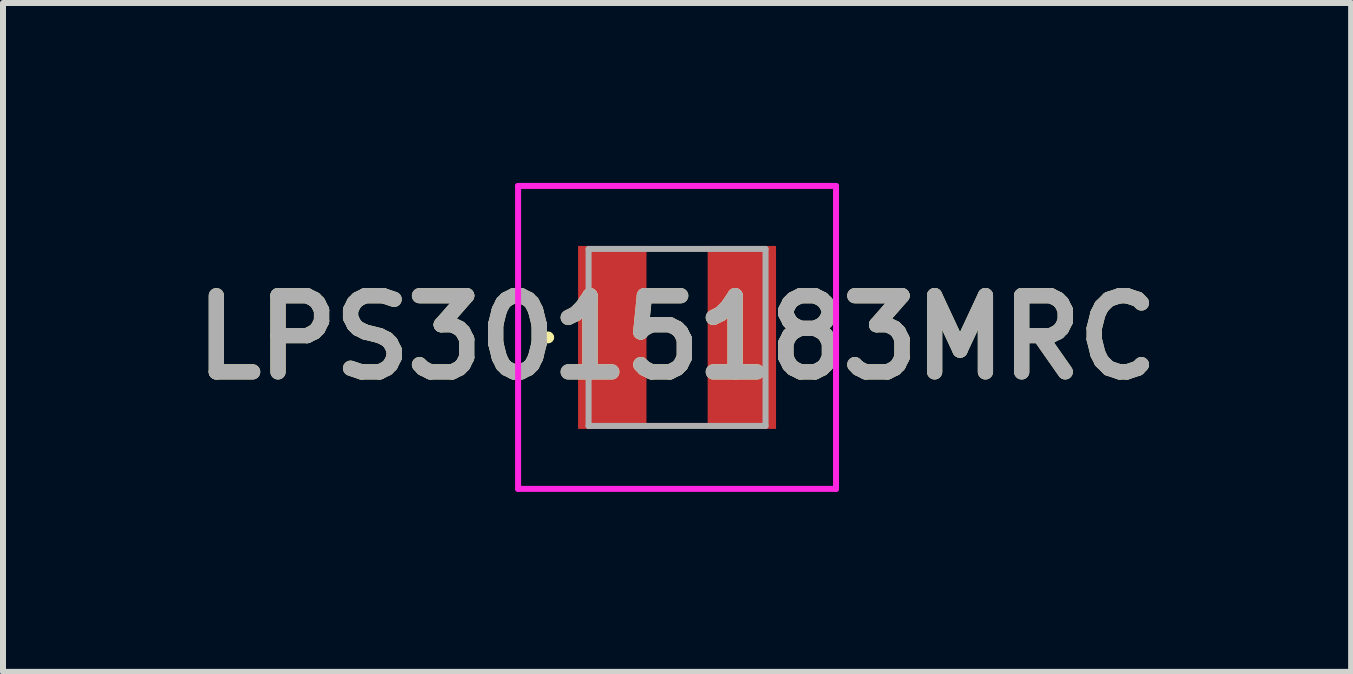
<source format=kicad_pcb>
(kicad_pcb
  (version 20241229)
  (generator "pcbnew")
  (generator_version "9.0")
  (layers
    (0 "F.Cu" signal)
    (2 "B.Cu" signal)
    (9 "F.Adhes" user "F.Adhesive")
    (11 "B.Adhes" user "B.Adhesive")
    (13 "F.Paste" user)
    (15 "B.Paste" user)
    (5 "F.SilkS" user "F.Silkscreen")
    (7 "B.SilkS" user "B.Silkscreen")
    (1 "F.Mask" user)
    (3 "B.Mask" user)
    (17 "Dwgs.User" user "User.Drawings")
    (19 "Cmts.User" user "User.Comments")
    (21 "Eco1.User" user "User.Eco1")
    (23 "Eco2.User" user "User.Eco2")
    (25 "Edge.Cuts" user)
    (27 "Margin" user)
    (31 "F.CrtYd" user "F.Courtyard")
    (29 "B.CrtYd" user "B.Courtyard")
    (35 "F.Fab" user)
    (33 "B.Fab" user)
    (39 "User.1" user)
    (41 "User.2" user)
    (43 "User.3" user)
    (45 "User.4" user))
  (footprint "LPS3015183MRC"
    (layer "F.Cu")
    (at 8.237 2.575)
    (property "Reference" "LPS3015183MRC" (at 0 0 0) (layer "F.SilkS") (effects (font (size 1.27 1.27) (thickness 0.254))))
    (attr smd)
    (fp_line (start -2.2 0) (end -2.2 0) (stroke (width 0.1) (type solid)) (layer "F.SilkS"))
    (fp_line (start -2.1 0) (end -2.1 0) (stroke (width 0.1) (type solid)) (layer "F.SilkS"))
    (fp_arc (start -2.2 0) (mid -2.15 -0.05) (end -2.1 0) (stroke (width 0.1) (type solid)) (layer "F.SilkS"))
    (fp_arc (start -2.1 0) (mid -2.15 0.05) (end -2.2 0) (stroke (width 0.1) (type solid)) (layer "F.SilkS"))
    (fp_line (start -2.65 -2.525) (end 2.65 -2.525) (stroke (width 0.1) (type solid)) (layer "F.CrtYd"))
    (fp_line (start -2.65 2.525) (end -2.65 -2.525) (stroke (width 0.1) (type solid)) (layer "F.CrtYd"))
    (fp_line (start 2.65 -2.525) (end 2.65 2.525) (stroke (width 0.1) (type solid)) (layer "F.CrtYd"))
    (fp_line (start 2.65 2.525) (end -2.65 2.525) (stroke (width 0.1) (type solid)) (layer "F.CrtYd"))
    (fp_line (start -1.475 -1.475) (end 1.475 -1.475) (stroke (width 0.1) (type solid)) (layer "F.Fab"))
    (fp_line (start -1.475 1.475) (end -1.475 -1.475) (stroke (width 0.1) (type solid)) (layer "F.Fab"))
    (fp_line (start 1.475 -1.475) (end 1.475 1.475) (stroke (width 0.1) (type solid)) (layer "F.Fab"))
    (fp_line (start 1.475 1.475) (end -1.475 1.475) (stroke (width 0.1) (type solid)) (layer "F.Fab"))
    (fp_text user "${REFERENCE}" (at 0 0 0) (layer "F.Fab") (effects (font (size 1.27 1.27) (thickness 0.254))))
    (pad "1" smd rect (at -1.08 0) (size 1.14 3.05) (layers "F.Cu" "F.Mask" "F.Paste"))
    (pad "2" smd rect (at 1.08 0) (size 1.14 3.05) (layers "F.Cu" "F.Mask" "F.Paste")))
  (gr_rect
    (start -3 -3)
    (end 19.474 8.15)
    (stroke (width 0.1) (type default))
    (fill no)
    (layer "Edge.Cuts")))
</source>
